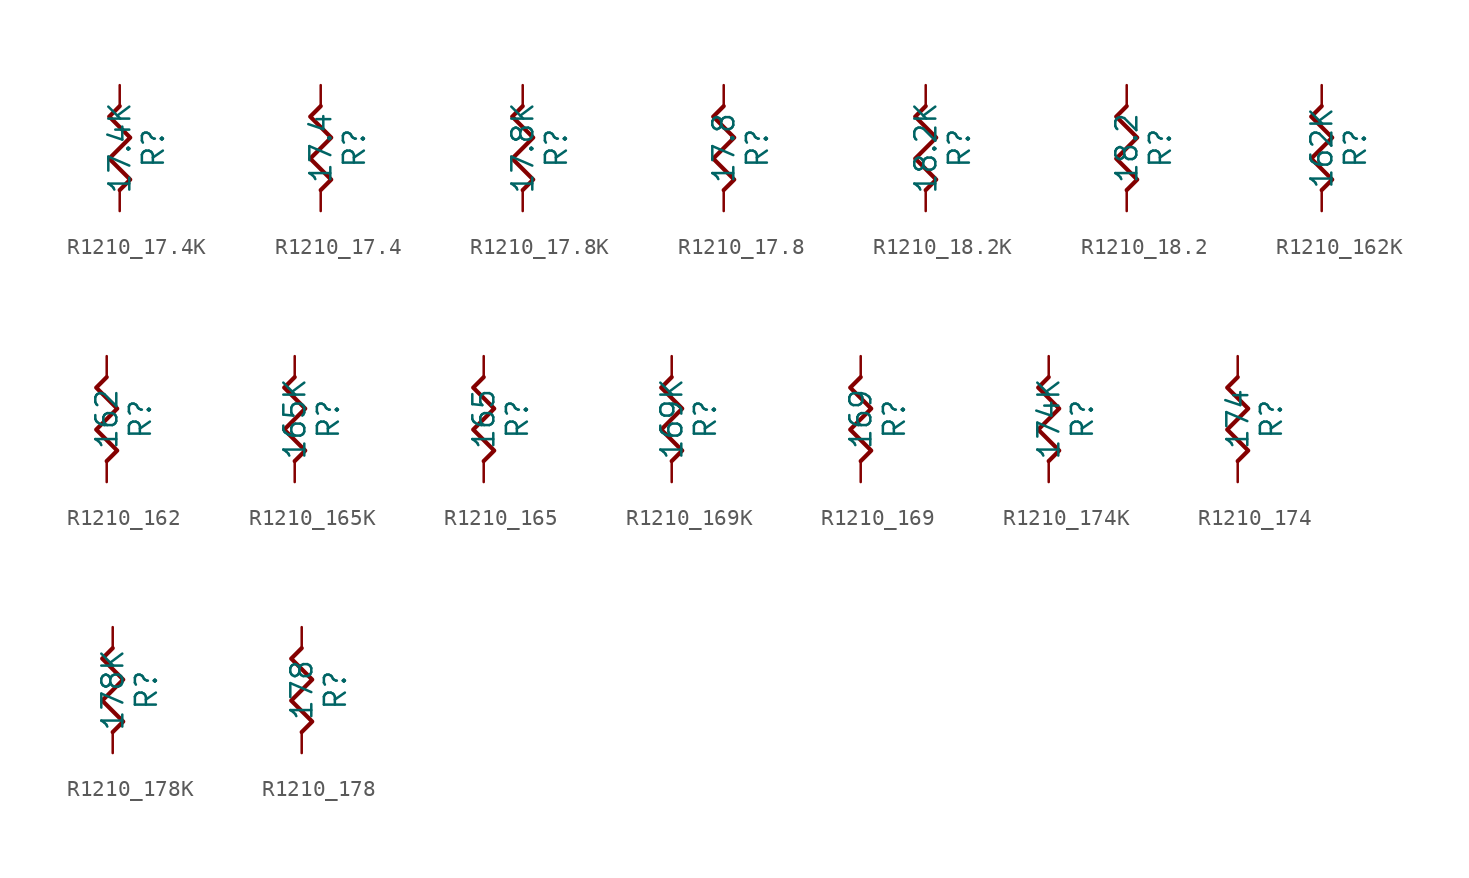
<source format=kicad_sym>
(kicad_symbol_lib
  (version 20211014)
  (generator atlantix-eda)
  (symbol "R1210_17.4K"
    (pin_numbers hide)
    (pin_names
      (offset 0))
    (property "Reference" "R"
      (at 2.032 0 90)
      (effects (font (size 1.27 1.27))))
    (property "Value" "17.4K"
      (at 0 0 90)
      (effects (font (size 1.27 1.27))))
    (symbol "R1210_17.4K_0_1"
      (polyline (pts (xy 0 -2.54) (xy 0.635 -1.905) (xy -0.635 -0.635) (xy 0.635 0.635) (xy -0.635 1.905) (xy 0 2.54)) (stroke (width 0.254) (type default) (color 0 0 0 0)) (fill (type none))))
    (symbol "R1210_17.4K_1_1"
      (pin passive line (at 0 3.81 270) (length 1.27) (name "~" (effects (font (size 1.27 1.27)))) (number "1" (effects (font (size 1.27 1.27)))))
      (pin passive line (at 0 -3.81 90) (length 1.27) (name "~" (effects (font (size 1.27 1.27)))) (number "2" (effects (font (size 1.27 1.27)))))))
  (symbol "R1210_17.4"
    (pin_numbers hide)
    (pin_names
      (offset 0))
    (property "Reference" "R"
      (at 2.032 0 90)
      (effects (font (size 1.27 1.27))))
    (property "Value" "17.4"
      (at 0 0 90)
      (effects (font (size 1.27 1.27))))
    (symbol "R1210_17.4_0_1"
      (polyline (pts (xy 0 -2.54) (xy 0.635 -1.905) (xy -0.635 -0.635) (xy 0.635 0.635) (xy -0.635 1.905) (xy 0 2.54)) (stroke (width 0.254) (type default) (color 0 0 0 0)) (fill (type none))))
    (symbol "R1210_17.4_1_1"
      (pin passive line (at 0 3.81 270) (length 1.27) (name "~" (effects (font (size 1.27 1.27)))) (number "1" (effects (font (size 1.27 1.27)))))
      (pin passive line (at 0 -3.81 90) (length 1.27) (name "~" (effects (font (size 1.27 1.27)))) (number "2" (effects (font (size 1.27 1.27)))))))
  (symbol "R1210_17.8K"
    (pin_numbers hide)
    (pin_names
      (offset 0))
    (property "Reference" "R"
      (at 2.032 0 90)
      (effects (font (size 1.27 1.27))))
    (property "Value" "17.8K"
      (at 0 0 90)
      (effects (font (size 1.27 1.27))))
    (symbol "R1210_17.8K_0_1"
      (polyline (pts (xy 0 -2.54) (xy 0.635 -1.905) (xy -0.635 -0.635) (xy 0.635 0.635) (xy -0.635 1.905) (xy 0 2.54)) (stroke (width 0.254) (type default) (color 0 0 0 0)) (fill (type none))))
    (symbol "R1210_17.8K_1_1"
      (pin passive line (at 0 3.81 270) (length 1.27) (name "~" (effects (font (size 1.27 1.27)))) (number "1" (effects (font (size 1.27 1.27)))))
      (pin passive line (at 0 -3.81 90) (length 1.27) (name "~" (effects (font (size 1.27 1.27)))) (number "2" (effects (font (size 1.27 1.27)))))))
  (symbol "R1210_17.8"
    (pin_numbers hide)
    (pin_names
      (offset 0))
    (property "Reference" "R"
      (at 2.032 0 90)
      (effects (font (size 1.27 1.27))))
    (property "Value" "17.8"
      (at 0 0 90)
      (effects (font (size 1.27 1.27))))
    (symbol "R1210_17.8_0_1"
      (polyline (pts (xy 0 -2.54) (xy 0.635 -1.905) (xy -0.635 -0.635) (xy 0.635 0.635) (xy -0.635 1.905) (xy 0 2.54)) (stroke (width 0.254) (type default) (color 0 0 0 0)) (fill (type none))))
    (symbol "R1210_17.8_1_1"
      (pin passive line (at 0 3.81 270) (length 1.27) (name "~" (effects (font (size 1.27 1.27)))) (number "1" (effects (font (size 1.27 1.27)))))
      (pin passive line (at 0 -3.81 90) (length 1.27) (name "~" (effects (font (size 1.27 1.27)))) (number "2" (effects (font (size 1.27 1.27)))))))
  (symbol "R1210_18.2K"
    (pin_numbers hide)
    (pin_names
      (offset 0))
    (property "Reference" "R"
      (at 2.032 0 90)
      (effects (font (size 1.27 1.27))))
    (property "Value" "18.2K"
      (at 0 0 90)
      (effects (font (size 1.27 1.27))))
    (symbol "R1210_18.2K_0_1"
      (polyline (pts (xy 0 -2.54) (xy 0.635 -1.905) (xy -0.635 -0.635) (xy 0.635 0.635) (xy -0.635 1.905) (xy 0 2.54)) (stroke (width 0.254) (type default) (color 0 0 0 0)) (fill (type none))))
    (symbol "R1210_18.2K_1_1"
      (pin passive line (at 0 3.81 270) (length 1.27) (name "~" (effects (font (size 1.27 1.27)))) (number "1" (effects (font (size 1.27 1.27)))))
      (pin passive line (at 0 -3.81 90) (length 1.27) (name "~" (effects (font (size 1.27 1.27)))) (number "2" (effects (font (size 1.27 1.27)))))))
  (symbol "R1210_18.2"
    (pin_numbers hide)
    (pin_names
      (offset 0))
    (property "Reference" "R"
      (at 2.032 0 90)
      (effects (font (size 1.27 1.27))))
    (property "Value" "18.2"
      (at 0 0 90)
      (effects (font (size 1.27 1.27))))
    (symbol "R1210_18.2_0_1"
      (polyline (pts (xy 0 -2.54) (xy 0.635 -1.905) (xy -0.635 -0.635) (xy 0.635 0.635) (xy -0.635 1.905) (xy 0 2.54)) (stroke (width 0.254) (type default) (color 0 0 0 0)) (fill (type none))))
    (symbol "R1210_18.2_1_1"
      (pin passive line (at 0 3.81 270) (length 1.27) (name "~" (effects (font (size 1.27 1.27)))) (number "1" (effects (font (size 1.27 1.27)))))
      (pin passive line (at 0 -3.81 90) (length 1.27) (name "~" (effects (font (size 1.27 1.27)))) (number "2" (effects (font (size 1.27 1.27)))))))
  (symbol "R1210_162K"
    (pin_numbers hide)
    (pin_names
      (offset 0))
    (property "Reference" "R"
      (at 2.032 0 90)
      (effects (font (size 1.27 1.27))))
    (property "Value" "162K"
      (at 0 0 90)
      (effects (font (size 1.27 1.27))))
    (symbol "R1210_162K_0_1"
      (polyline (pts (xy 0 -2.54) (xy 0.635 -1.905) (xy -0.635 -0.635) (xy 0.635 0.635) (xy -0.635 1.905) (xy 0 2.54)) (stroke (width 0.254) (type default) (color 0 0 0 0)) (fill (type none))))
    (symbol "R1210_162K_1_1"
      (pin passive line (at 0 3.81 270) (length 1.27) (name "~" (effects (font (size 1.27 1.27)))) (number "1" (effects (font (size 1.27 1.27)))))
      (pin passive line (at 0 -3.81 90) (length 1.27) (name "~" (effects (font (size 1.27 1.27)))) (number "2" (effects (font (size 1.27 1.27)))))))
  (symbol "R1210_162"
    (pin_numbers hide)
    (pin_names
      (offset 0))
    (property "Reference" "R"
      (at 2.032 0 90)
      (effects (font (size 1.27 1.27))))
    (property "Value" "162"
      (at 0 0 90)
      (effects (font (size 1.27 1.27))))
    (symbol "R1210_162_0_1"
      (polyline (pts (xy 0 -2.54) (xy 0.635 -1.905) (xy -0.635 -0.635) (xy 0.635 0.635) (xy -0.635 1.905) (xy 0 2.54)) (stroke (width 0.254) (type default) (color 0 0 0 0)) (fill (type none))))
    (symbol "R1210_162_1_1"
      (pin passive line (at 0 3.81 270) (length 1.27) (name "~" (effects (font (size 1.27 1.27)))) (number "1" (effects (font (size 1.27 1.27)))))
      (pin passive line (at 0 -3.81 90) (length 1.27) (name "~" (effects (font (size 1.27 1.27)))) (number "2" (effects (font (size 1.27 1.27)))))))
  (symbol "R1210_165K"
    (pin_numbers hide)
    (pin_names
      (offset 0))
    (property "Reference" "R"
      (at 2.032 0 90)
      (effects (font (size 1.27 1.27))))
    (property "Value" "165K"
      (at 0 0 90)
      (effects (font (size 1.27 1.27))))
    (symbol "R1210_165K_0_1"
      (polyline (pts (xy 0 -2.54) (xy 0.635 -1.905) (xy -0.635 -0.635) (xy 0.635 0.635) (xy -0.635 1.905) (xy 0 2.54)) (stroke (width 0.254) (type default) (color 0 0 0 0)) (fill (type none))))
    (symbol "R1210_165K_1_1"
      (pin passive line (at 0 3.81 270) (length 1.27) (name "~" (effects (font (size 1.27 1.27)))) (number "1" (effects (font (size 1.27 1.27)))))
      (pin passive line (at 0 -3.81 90) (length 1.27) (name "~" (effects (font (size 1.27 1.27)))) (number "2" (effects (font (size 1.27 1.27)))))))
  (symbol "R1210_165"
    (pin_numbers hide)
    (pin_names
      (offset 0))
    (property "Reference" "R"
      (at 2.032 0 90)
      (effects (font (size 1.27 1.27))))
    (property "Value" "165"
      (at 0 0 90)
      (effects (font (size 1.27 1.27))))
    (symbol "R1210_165_0_1"
      (polyline (pts (xy 0 -2.54) (xy 0.635 -1.905) (xy -0.635 -0.635) (xy 0.635 0.635) (xy -0.635 1.905) (xy 0 2.54)) (stroke (width 0.254) (type default) (color 0 0 0 0)) (fill (type none))))
    (symbol "R1210_165_1_1"
      (pin passive line (at 0 3.81 270) (length 1.27) (name "~" (effects (font (size 1.27 1.27)))) (number "1" (effects (font (size 1.27 1.27)))))
      (pin passive line (at 0 -3.81 90) (length 1.27) (name "~" (effects (font (size 1.27 1.27)))) (number "2" (effects (font (size 1.27 1.27)))))))
  (symbol "R1210_169K"
    (pin_numbers hide)
    (pin_names
      (offset 0))
    (property "Reference" "R"
      (at 2.032 0 90)
      (effects (font (size 1.27 1.27))))
    (property "Value" "169K"
      (at 0 0 90)
      (effects (font (size 1.27 1.27))))
    (symbol "R1210_169K_0_1"
      (polyline (pts (xy 0 -2.54) (xy 0.635 -1.905) (xy -0.635 -0.635) (xy 0.635 0.635) (xy -0.635 1.905) (xy 0 2.54)) (stroke (width 0.254) (type default) (color 0 0 0 0)) (fill (type none))))
    (symbol "R1210_169K_1_1"
      (pin passive line (at 0 3.81 270) (length 1.27) (name "~" (effects (font (size 1.27 1.27)))) (number "1" (effects (font (size 1.27 1.27)))))
      (pin passive line (at 0 -3.81 90) (length 1.27) (name "~" (effects (font (size 1.27 1.27)))) (number "2" (effects (font (size 1.27 1.27)))))))
  (symbol "R1210_169"
    (pin_numbers hide)
    (pin_names
      (offset 0))
    (property "Reference" "R"
      (at 2.032 0 90)
      (effects (font (size 1.27 1.27))))
    (property "Value" "169"
      (at 0 0 90)
      (effects (font (size 1.27 1.27))))
    (symbol "R1210_169_0_1"
      (polyline (pts (xy 0 -2.54) (xy 0.635 -1.905) (xy -0.635 -0.635) (xy 0.635 0.635) (xy -0.635 1.905) (xy 0 2.54)) (stroke (width 0.254) (type default) (color 0 0 0 0)) (fill (type none))))
    (symbol "R1210_169_1_1"
      (pin passive line (at 0 3.81 270) (length 1.27) (name "~" (effects (font (size 1.27 1.27)))) (number "1" (effects (font (size 1.27 1.27)))))
      (pin passive line (at 0 -3.81 90) (length 1.27) (name "~" (effects (font (size 1.27 1.27)))) (number "2" (effects (font (size 1.27 1.27)))))))
  (symbol "R1210_174K"
    (pin_numbers hide)
    (pin_names
      (offset 0))
    (property "Reference" "R"
      (at 2.032 0 90)
      (effects (font (size 1.27 1.27))))
    (property "Value" "174K"
      (at 0 0 90)
      (effects (font (size 1.27 1.27))))
    (symbol "R1210_174K_0_1"
      (polyline (pts (xy 0 -2.54) (xy 0.635 -1.905) (xy -0.635 -0.635) (xy 0.635 0.635) (xy -0.635 1.905) (xy 0 2.54)) (stroke (width 0.254) (type default) (color 0 0 0 0)) (fill (type none))))
    (symbol "R1210_174K_1_1"
      (pin passive line (at 0 3.81 270) (length 1.27) (name "~" (effects (font (size 1.27 1.27)))) (number "1" (effects (font (size 1.27 1.27)))))
      (pin passive line (at 0 -3.81 90) (length 1.27) (name "~" (effects (font (size 1.27 1.27)))) (number "2" (effects (font (size 1.27 1.27)))))))
  (symbol "R1210_174"
    (pin_numbers hide)
    (pin_names
      (offset 0))
    (property "Reference" "R"
      (at 2.032 0 90)
      (effects (font (size 1.27 1.27))))
    (property "Value" "174"
      (at 0 0 90)
      (effects (font (size 1.27 1.27))))
    (symbol "R1210_174_0_1"
      (polyline (pts (xy 0 -2.54) (xy 0.635 -1.905) (xy -0.635 -0.635) (xy 0.635 0.635) (xy -0.635 1.905) (xy 0 2.54)) (stroke (width 0.254) (type default) (color 0 0 0 0)) (fill (type none))))
    (symbol "R1210_174_1_1"
      (pin passive line (at 0 3.81 270) (length 1.27) (name "~" (effects (font (size 1.27 1.27)))) (number "1" (effects (font (size 1.27 1.27)))))
      (pin passive line (at 0 -3.81 90) (length 1.27) (name "~" (effects (font (size 1.27 1.27)))) (number "2" (effects (font (size 1.27 1.27)))))))
  (symbol "R1210_178K"
    (pin_numbers hide)
    (pin_names
      (offset 0))
    (property "Reference" "R"
      (at 2.032 0 90)
      (effects (font (size 1.27 1.27))))
    (property "Value" "178K"
      (at 0 0 90)
      (effects (font (size 1.27 1.27))))
    (symbol "R1210_178K_0_1"
      (polyline (pts (xy 0 -2.54) (xy 0.635 -1.905) (xy -0.635 -0.635) (xy 0.635 0.635) (xy -0.635 1.905) (xy 0 2.54)) (stroke (width 0.254) (type default) (color 0 0 0 0)) (fill (type none))))
    (symbol "R1210_178K_1_1"
      (pin passive line (at 0 3.81 270) (length 1.27) (name "~" (effects (font (size 1.27 1.27)))) (number "1" (effects (font (size 1.27 1.27)))))
      (pin passive line (at 0 -3.81 90) (length 1.27) (name "~" (effects (font (size 1.27 1.27)))) (number "2" (effects (font (size 1.27 1.27)))))))
  (symbol "R1210_178"
    (pin_numbers hide)
    (pin_names
      (offset 0))
    (property "Reference" "R"
      (at 2.032 0 90)
      (effects (font (size 1.27 1.27))))
    (property "Value" "178"
      (at 0 0 90)
      (effects (font (size 1.27 1.27))))
    (symbol "R1210_178_0_1"
      (polyline (pts (xy 0 -2.54) (xy 0.635 -1.905) (xy -0.635 -0.635) (xy 0.635 0.635) (xy -0.635 1.905) (xy 0 2.54)) (stroke (width 0.254) (type default) (color 0 0 0 0)) (fill (type none))))
    (symbol "R1210_178_1_1"
      (pin passive line (at 0 3.81 270) (length 1.27) (name "~" (effects (font (size 1.27 1.27)))) (number "1" (effects (font (size 1.27 1.27)))))
      (pin passive line (at 0 -3.81 90) (length 1.27) (name "~" (effects (font (size 1.27 1.27)))) (number "2" (effects (font (size 1.27 1.27))))))))
</source>
